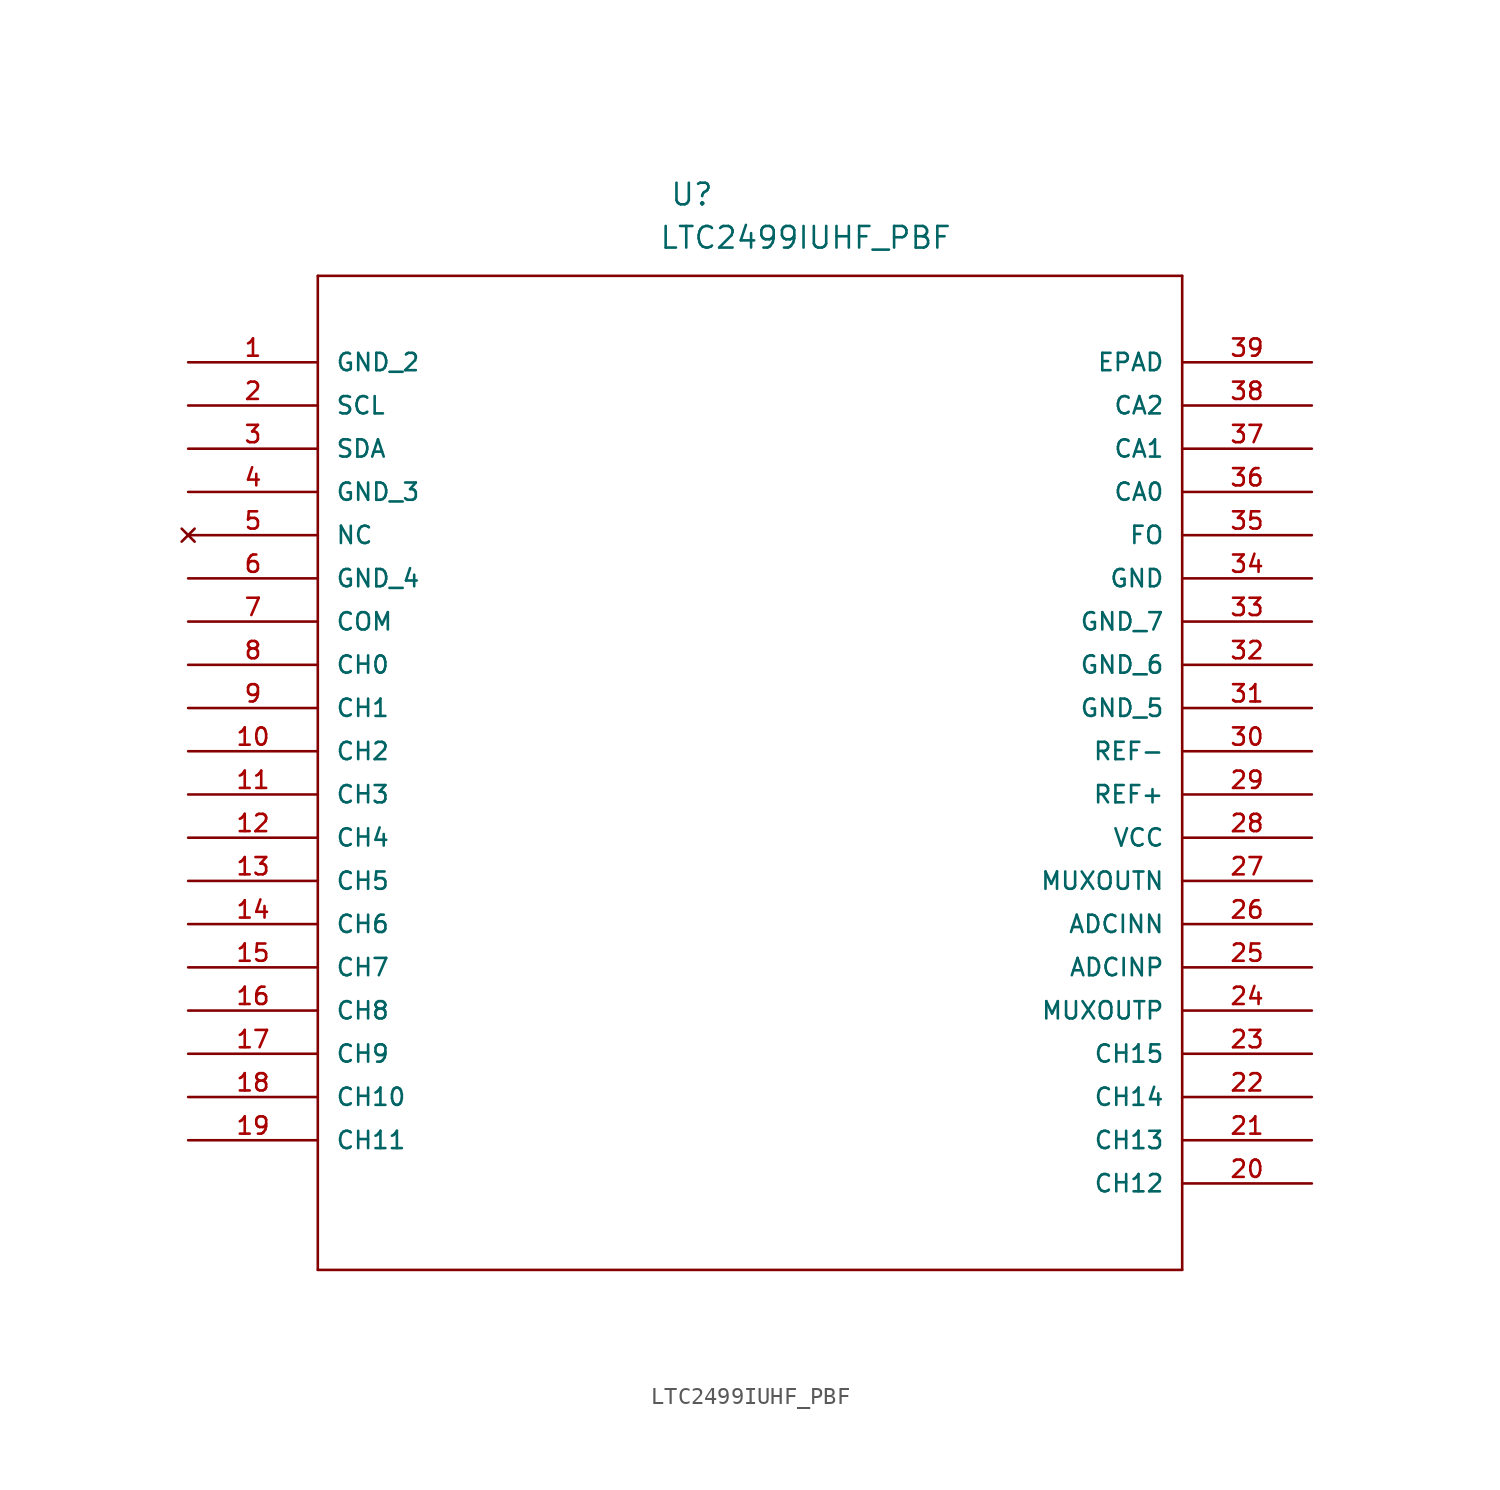
<source format=kicad_sym>
(kicad_symbol_lib
  (version 20211014)
  (generator kicad_symbol_editor)
  (symbol "LTC2499IUHF_PBF"
    (pin_names
      (offset 1.016))
    (property "Reference" "U"
      (at 28.296 9.119 0.0)
      (effects (font (size 1.27 1.27)) (justify bottom left)))
    (property "Value" "LTC2499IUHF_PBF"
      (at 27.661 6.579 0.0)
      (effects (font (size 1.27 1.27)) (justify bottom left)))
    (symbol "LTC2499IUHF_PBF_0_0"
      (polyline (pts (xy 7.62 5.08) (xy 7.62 -53.34)) (stroke (width 0.152)))
      (polyline (pts (xy 7.62 -53.34) (xy 58.42 -53.34)) (stroke (width 0.152)))
      (polyline (pts (xy 58.42 -53.34) (xy 58.42 5.08)) (stroke (width 0.152)))
      (polyline (pts (xy 58.42 5.08) (xy 7.62 5.08)) (stroke (width 0.152)))
      (pin power_in line (at 0.0 0.0 0) (length 7.62) (name "GND_2" (effects (font (size 1.016 1.016)))) (number "1" (effects (font (size 1.016 1.016)))))
      (pin passive line (at 0.0 -2.54 0) (length 7.62) (name "SCL" (effects (font (size 1.016 1.016)))) (number "2" (effects (font (size 1.016 1.016)))))
      (pin bidirectional line (at 0.0 -5.08 0) (length 7.62) (name "SDA" (effects (font (size 1.016 1.016)))) (number "3" (effects (font (size 1.016 1.016)))))
      (pin power_in line (at 0.0 -7.62 0) (length 7.62) (name "GND_3" (effects (font (size 1.016 1.016)))) (number "4" (effects (font (size 1.016 1.016)))))
      (pin no_connect line (at 0.0 -10.16 0) (length 7.62) (name "NC" (effects (font (size 1.016 1.016)))) (number "5" (effects (font (size 1.016 1.016)))))
      (pin power_in line (at 0.0 -12.7 0) (length 7.62) (name "GND_4" (effects (font (size 1.016 1.016)))) (number "6" (effects (font (size 1.016 1.016)))))
      (pin input line (at 0.0 -15.24 0) (length 7.62) (name "COM" (effects (font (size 1.016 1.016)))) (number "7" (effects (font (size 1.016 1.016)))))
      (pin input line (at 0.0 -17.78 0) (length 7.62) (name "CH0" (effects (font (size 1.016 1.016)))) (number "8" (effects (font (size 1.016 1.016)))))
      (pin input line (at 0.0 -20.32 0) (length 7.62) (name "CH1" (effects (font (size 1.016 1.016)))) (number "9" (effects (font (size 1.016 1.016)))))
      (pin input line (at 0.0 -22.86 0) (length 7.62) (name "CH2" (effects (font (size 1.016 1.016)))) (number "10" (effects (font (size 1.016 1.016)))))
      (pin input line (at 0.0 -25.4 0) (length 7.62) (name "CH3" (effects (font (size 1.016 1.016)))) (number "11" (effects (font (size 1.016 1.016)))))
      (pin input line (at 0.0 -27.94 0) (length 7.62) (name "CH4" (effects (font (size 1.016 1.016)))) (number "12" (effects (font (size 1.016 1.016)))))
      (pin input line (at 0.0 -30.48 0) (length 7.62) (name "CH5" (effects (font (size 1.016 1.016)))) (number "13" (effects (font (size 1.016 1.016)))))
      (pin input line (at 0.0 -33.02 0) (length 7.62) (name "CH6" (effects (font (size 1.016 1.016)))) (number "14" (effects (font (size 1.016 1.016)))))
      (pin input line (at 0.0 -35.56 0) (length 7.62) (name "CH7" (effects (font (size 1.016 1.016)))) (number "15" (effects (font (size 1.016 1.016)))))
      (pin input line (at 0.0 -38.1 0) (length 7.62) (name "CH8" (effects (font (size 1.016 1.016)))) (number "16" (effects (font (size 1.016 1.016)))))
      (pin input line (at 0.0 -40.64 0) (length 7.62) (name "CH9" (effects (font (size 1.016 1.016)))) (number "17" (effects (font (size 1.016 1.016)))))
      (pin input line (at 0.0 -43.18 0) (length 7.62) (name "CH10" (effects (font (size 1.016 1.016)))) (number "18" (effects (font (size 1.016 1.016)))))
      (pin input line (at 0.0 -45.72 0) (length 7.62) (name "CH11" (effects (font (size 1.016 1.016)))) (number "19" (effects (font (size 1.016 1.016)))))
      (pin input line (at 66.04 -48.26 180.0) (length 7.62) (name "CH12" (effects (font (size 1.016 1.016)))) (number "20" (effects (font (size 1.016 1.016)))))
      (pin input line (at 66.04 -45.72 180.0) (length 7.62) (name "CH13" (effects (font (size 1.016 1.016)))) (number "21" (effects (font (size 1.016 1.016)))))
      (pin input line (at 66.04 -43.18 180.0) (length 7.62) (name "CH14" (effects (font (size 1.016 1.016)))) (number "22" (effects (font (size 1.016 1.016)))))
      (pin input line (at 66.04 -40.64 180.0) (length 7.62) (name "CH15" (effects (font (size 1.016 1.016)))) (number "23" (effects (font (size 1.016 1.016)))))
      (pin output line (at 66.04 -38.1 180.0) (length 7.62) (name "MUXOUTP" (effects (font (size 1.016 1.016)))) (number "24" (effects (font (size 1.016 1.016)))))
      (pin input line (at 66.04 -35.56 180.0) (length 7.62) (name "ADCINP" (effects (font (size 1.016 1.016)))) (number "25" (effects (font (size 1.016 1.016)))))
      (pin input line (at 66.04 -33.02 180.0) (length 7.62) (name "ADCINN" (effects (font (size 1.016 1.016)))) (number "26" (effects (font (size 1.016 1.016)))))
      (pin output line (at 66.04 -30.48 180.0) (length 7.62) (name "MUXOUTN" (effects (font (size 1.016 1.016)))) (number "27" (effects (font (size 1.016 1.016)))))
      (pin power_in line (at 66.04 -27.94 180.0) (length 7.62) (name "VCC" (effects (font (size 1.016 1.016)))) (number "28" (effects (font (size 1.016 1.016)))))
      (pin input line (at 66.04 -25.4 180.0) (length 7.62) (name "REF+" (effects (font (size 1.016 1.016)))) (number "29" (effects (font (size 1.016 1.016)))))
      (pin input line (at 66.04 -22.86 180.0) (length 7.62) (name "REF-" (effects (font (size 1.016 1.016)))) (number "30" (effects (font (size 1.016 1.016)))))
      (pin power_in line (at 66.04 -20.32 180.0) (length 7.62) (name "GND_5" (effects (font (size 1.016 1.016)))) (number "31" (effects (font (size 1.016 1.016)))))
      (pin power_in line (at 66.04 -17.78 180.0) (length 7.62) (name "GND_6" (effects (font (size 1.016 1.016)))) (number "32" (effects (font (size 1.016 1.016)))))
      (pin power_in line (at 66.04 -15.24 180.0) (length 7.62) (name "GND_7" (effects (font (size 1.016 1.016)))) (number "33" (effects (font (size 1.016 1.016)))))
      (pin power_in line (at 66.04 -12.7 180.0) (length 7.62) (name "GND" (effects (font (size 1.016 1.016)))) (number "34" (effects (font (size 1.016 1.016)))))
      (pin input line (at 66.04 -10.16 180.0) (length 7.62) (name "FO" (effects (font (size 1.016 1.016)))) (number "35" (effects (font (size 1.016 1.016)))))
      (pin passive line (at 66.04 -7.62 180.0) (length 7.62) (name "CA0" (effects (font (size 1.016 1.016)))) (number "36" (effects (font (size 1.016 1.016)))))
      (pin passive line (at 66.04 -5.08 180.0) (length 7.62) (name "CA1" (effects (font (size 1.016 1.016)))) (number "37" (effects (font (size 1.016 1.016)))))
      (pin passive line (at 66.04 -2.54 180.0) (length 7.62) (name "CA2" (effects (font (size 1.016 1.016)))) (number "38" (effects (font (size 1.016 1.016)))))
      (pin passive line (at 66.04 0.0 180.0) (length 7.62) (name "EPAD" (effects (font (size 1.016 1.016)))) (number "39" (effects (font (size 1.016 1.016))))))))
</source>
